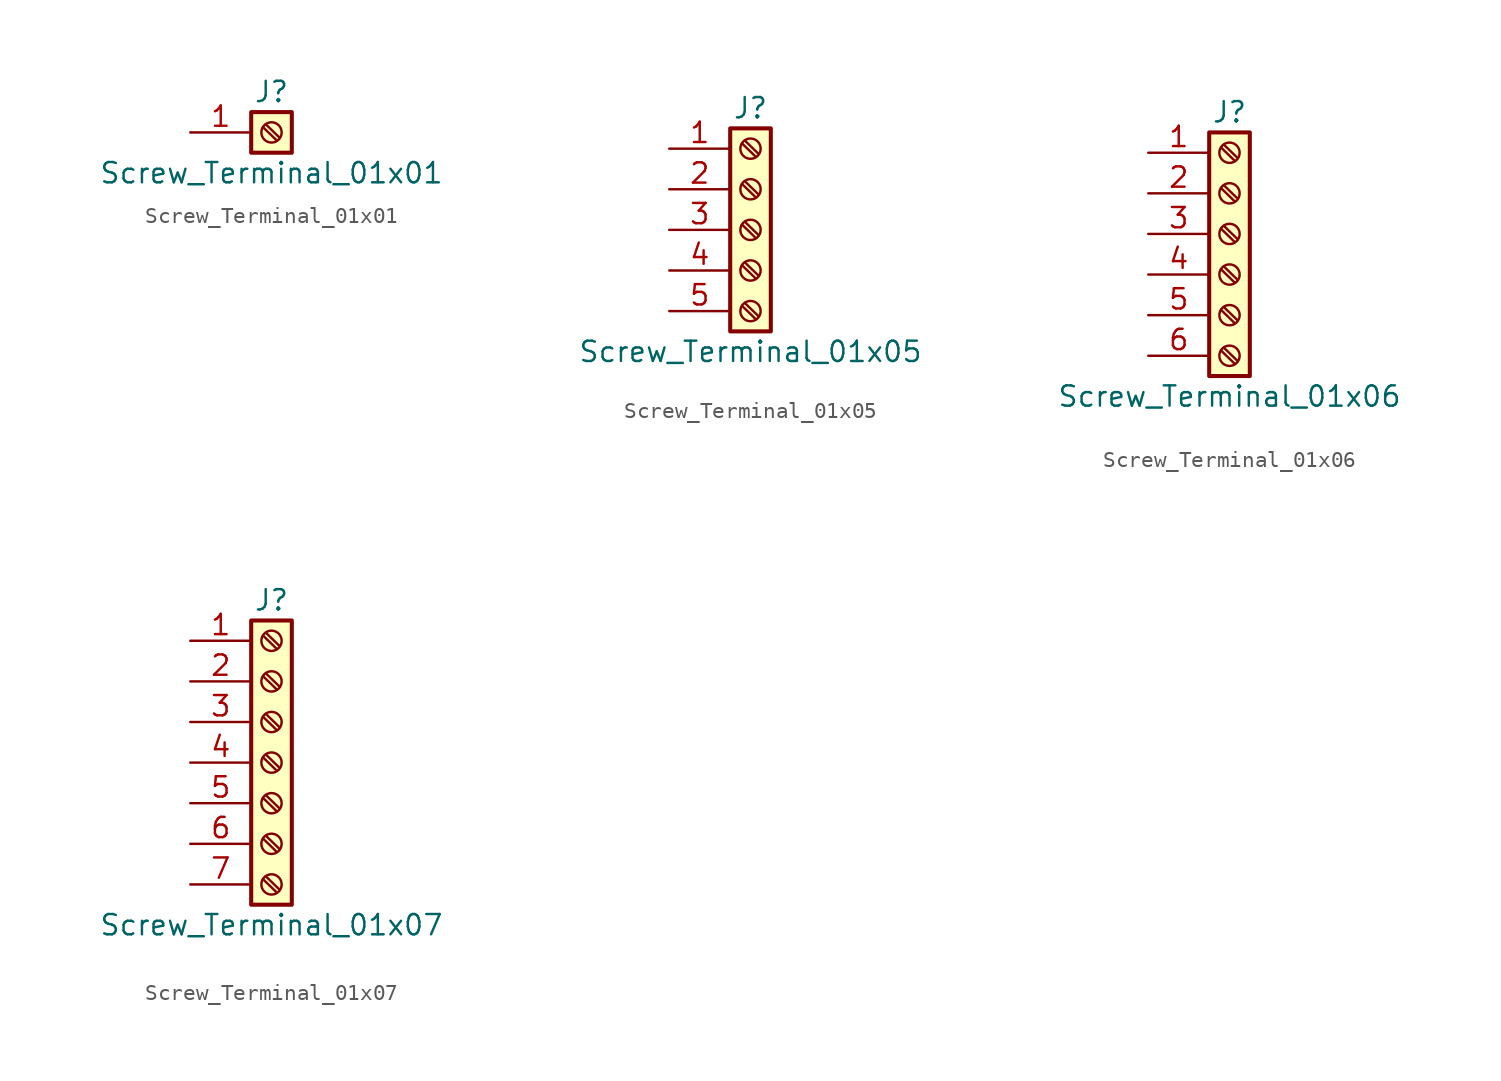
<source format=kicad_sym>
(kicad_symbol_lib
  (version 20220914)
  (generator kicad_symbol_editor)
  (symbol "Screw_Terminal_01x01"
    (pin_names
      (offset 1.016) hide)
    (property "Reference" "J"
      (at 0 2.54 0)
      (effects (font (size 1.27 1.27))))
    (property "Value" "Screw_Terminal_01x01"
      (at 0 -2.54 0)
      (effects (font (size 1.27 1.27))))
    (symbol "Screw_Terminal_01x01_1_1"
      (rectangle (start -1.27 1.27) (end 1.27 -1.27) (stroke (width 0.254) (type solid)) (fill (type background)))
      (polyline (pts (xy -0.533 0.33) (xy 0.33 -0.508)) (stroke (width 0.152) (type solid)) (fill (type none)))
      (polyline (pts (xy -0.356 0.508) (xy 0.508 -0.33)) (stroke (width 0.152) (type solid)) (fill (type none)))
      (circle (center 0 0) (radius 0.635) (stroke (width 0.152) (type solid)) (fill (type none)))
      (pin passive line (at -5.08 0 0) (length 3.81) (name "Pin_1" (effects (font (size 1.27 1.27)))) (number "1" (effects (font (size 1.27 1.27)))))))
  (symbol "Screw_Terminal_01x05"
    (pin_names
      (offset 1.016) hide)
    (property "Reference" "J"
      (at 0 7.62 0)
      (effects (font (size 1.27 1.27))))
    (property "Value" "Screw_Terminal_01x05"
      (at 0 -7.62 0)
      (effects (font (size 1.27 1.27))))
    (symbol "Screw_Terminal_01x05_1_1"
      (rectangle (start -1.27 6.35) (end 1.27 -6.35) (stroke (width 0.254) (type solid)) (fill (type background)))
      (circle (center 0 -5.08) (radius 0.635) (stroke (width 0.152) (type solid)) (fill (type none)))
      (circle (center 0 -2.54) (radius 0.635) (stroke (width 0.152) (type solid)) (fill (type none)))
      (polyline (pts (xy -0.533 -4.75) (xy 0.33 -5.588)) (stroke (width 0.152) (type solid)) (fill (type none)))
      (polyline (pts (xy -0.533 -2.21) (xy 0.33 -3.048)) (stroke (width 0.152) (type solid)) (fill (type none)))
      (polyline (pts (xy -0.533 0.33) (xy 0.33 -0.508)) (stroke (width 0.152) (type solid)) (fill (type none)))
      (polyline (pts (xy -0.533 2.87) (xy 0.33 2.032)) (stroke (width 0.152) (type solid)) (fill (type none)))
      (polyline (pts (xy -0.533 5.41) (xy 0.33 4.572)) (stroke (width 0.152) (type solid)) (fill (type none)))
      (polyline (pts (xy -0.356 -4.572) (xy 0.508 -5.41)) (stroke (width 0.152) (type solid)) (fill (type none)))
      (polyline (pts (xy -0.356 -2.032) (xy 0.508 -2.87)) (stroke (width 0.152) (type solid)) (fill (type none)))
      (polyline (pts (xy -0.356 0.508) (xy 0.508 -0.33)) (stroke (width 0.152) (type solid)) (fill (type none)))
      (polyline (pts (xy -0.356 3.048) (xy 0.508 2.21)) (stroke (width 0.152) (type solid)) (fill (type none)))
      (polyline (pts (xy -0.356 5.588) (xy 0.508 4.75)) (stroke (width 0.152) (type solid)) (fill (type none)))
      (circle (center 0 0) (radius 0.635) (stroke (width 0.152) (type solid)) (fill (type none)))
      (circle (center 0 2.54) (radius 0.635) (stroke (width 0.152) (type solid)) (fill (type none)))
      (circle (center 0 5.08) (radius 0.635) (stroke (width 0.152) (type solid)) (fill (type none)))
      (pin passive line (at -5.08 5.08 0) (length 3.81) (name "Pin_1" (effects (font (size 1.27 1.27)))) (number "1" (effects (font (size 1.27 1.27)))))
      (pin passive line (at -5.08 2.54 0) (length 3.81) (name "Pin_2" (effects (font (size 1.27 1.27)))) (number "2" (effects (font (size 1.27 1.27)))))
      (pin passive line (at -5.08 0 0) (length 3.81) (name "Pin_3" (effects (font (size 1.27 1.27)))) (number "3" (effects (font (size 1.27 1.27)))))
      (pin passive line (at -5.08 -2.54 0) (length 3.81) (name "Pin_4" (effects (font (size 1.27 1.27)))) (number "4" (effects (font (size 1.27 1.27)))))
      (pin passive line (at -5.08 -5.08 0) (length 3.81) (name "Pin_5" (effects (font (size 1.27 1.27)))) (number "5" (effects (font (size 1.27 1.27)))))))
  (symbol "Screw_Terminal_01x06"
    (pin_names
      (offset 1.016) hide)
    (property "Reference" "J"
      (at 0 7.62 0)
      (effects (font (size 1.27 1.27))))
    (property "Value" "Screw_Terminal_01x06"
      (at 0 -10.16 0)
      (effects (font (size 1.27 1.27))))
    (symbol "Screw_Terminal_01x06_1_1"
      (rectangle (start -1.27 6.35) (end 1.27 -8.89) (stroke (width 0.254) (type solid)) (fill (type background)))
      (circle (center 0 -7.62) (radius 0.635) (stroke (width 0.152) (type solid)) (fill (type none)))
      (circle (center 0 -5.08) (radius 0.635) (stroke (width 0.152) (type solid)) (fill (type none)))
      (circle (center 0 -2.54) (radius 0.635) (stroke (width 0.152) (type solid)) (fill (type none)))
      (polyline (pts (xy -0.533 -7.29) (xy 0.33 -8.128)) (stroke (width 0.152) (type solid)) (fill (type none)))
      (polyline (pts (xy -0.533 -4.75) (xy 0.33 -5.588)) (stroke (width 0.152) (type solid)) (fill (type none)))
      (polyline (pts (xy -0.533 -2.21) (xy 0.33 -3.048)) (stroke (width 0.152) (type solid)) (fill (type none)))
      (polyline (pts (xy -0.533 0.33) (xy 0.33 -0.508)) (stroke (width 0.152) (type solid)) (fill (type none)))
      (polyline (pts (xy -0.533 2.87) (xy 0.33 2.032)) (stroke (width 0.152) (type solid)) (fill (type none)))
      (polyline (pts (xy -0.533 5.41) (xy 0.33 4.572)) (stroke (width 0.152) (type solid)) (fill (type none)))
      (polyline (pts (xy -0.356 -7.112) (xy 0.508 -7.95)) (stroke (width 0.152) (type solid)) (fill (type none)))
      (polyline (pts (xy -0.356 -4.572) (xy 0.508 -5.41)) (stroke (width 0.152) (type solid)) (fill (type none)))
      (polyline (pts (xy -0.356 -2.032) (xy 0.508 -2.87)) (stroke (width 0.152) (type solid)) (fill (type none)))
      (polyline (pts (xy -0.356 0.508) (xy 0.508 -0.33)) (stroke (width 0.152) (type solid)) (fill (type none)))
      (polyline (pts (xy -0.356 3.048) (xy 0.508 2.21)) (stroke (width 0.152) (type solid)) (fill (type none)))
      (polyline (pts (xy -0.356 5.588) (xy 0.508 4.75)) (stroke (width 0.152) (type solid)) (fill (type none)))
      (circle (center 0 0) (radius 0.635) (stroke (width 0.152) (type solid)) (fill (type none)))
      (circle (center 0 2.54) (radius 0.635) (stroke (width 0.152) (type solid)) (fill (type none)))
      (circle (center 0 5.08) (radius 0.635) (stroke (width 0.152) (type solid)) (fill (type none)))
      (pin passive line (at -5.08 5.08 0) (length 3.81) (name "Pin_1" (effects (font (size 1.27 1.27)))) (number "1" (effects (font (size 1.27 1.27)))))
      (pin passive line (at -5.08 2.54 0) (length 3.81) (name "Pin_2" (effects (font (size 1.27 1.27)))) (number "2" (effects (font (size 1.27 1.27)))))
      (pin passive line (at -5.08 0 0) (length 3.81) (name "Pin_3" (effects (font (size 1.27 1.27)))) (number "3" (effects (font (size 1.27 1.27)))))
      (pin passive line (at -5.08 -2.54 0) (length 3.81) (name "Pin_4" (effects (font (size 1.27 1.27)))) (number "4" (effects (font (size 1.27 1.27)))))
      (pin passive line (at -5.08 -5.08 0) (length 3.81) (name "Pin_5" (effects (font (size 1.27 1.27)))) (number "5" (effects (font (size 1.27 1.27)))))
      (pin passive line (at -5.08 -7.62 0) (length 3.81) (name "Pin_6" (effects (font (size 1.27 1.27)))) (number "6" (effects (font (size 1.27 1.27)))))))
  (symbol "Screw_Terminal_01x07"
    (pin_names
      (offset 1.016) hide)
    (property "Reference" "J"
      (at 0 10.16 0)
      (effects (font (size 1.27 1.27))))
    (property "Value" "Screw_Terminal_01x07"
      (at 0 -10.16 0)
      (effects (font (size 1.27 1.27))))
    (symbol "Screw_Terminal_01x07_1_1"
      (rectangle (start -1.27 8.89) (end 1.27 -8.89) (stroke (width 0.254) (type solid)) (fill (type background)))
      (circle (center 0 -7.62) (radius 0.635) (stroke (width 0.152) (type solid)) (fill (type none)))
      (circle (center 0 -5.08) (radius 0.635) (stroke (width 0.152) (type solid)) (fill (type none)))
      (circle (center 0 -2.54) (radius 0.635) (stroke (width 0.152) (type solid)) (fill (type none)))
      (polyline (pts (xy -0.533 -7.29) (xy 0.33 -8.128)) (stroke (width 0.152) (type solid)) (fill (type none)))
      (polyline (pts (xy -0.533 -4.75) (xy 0.33 -5.588)) (stroke (width 0.152) (type solid)) (fill (type none)))
      (polyline (pts (xy -0.533 -2.21) (xy 0.33 -3.048)) (stroke (width 0.152) (type solid)) (fill (type none)))
      (polyline (pts (xy -0.533 0.33) (xy 0.33 -0.508)) (stroke (width 0.152) (type solid)) (fill (type none)))
      (polyline (pts (xy -0.533 2.87) (xy 0.33 2.032)) (stroke (width 0.152) (type solid)) (fill (type none)))
      (polyline (pts (xy -0.533 5.41) (xy 0.33 4.572)) (stroke (width 0.152) (type solid)) (fill (type none)))
      (polyline (pts (xy -0.533 7.95) (xy 0.33 7.112)) (stroke (width 0.152) (type solid)) (fill (type none)))
      (polyline (pts (xy -0.356 -7.112) (xy 0.508 -7.95)) (stroke (width 0.152) (type solid)) (fill (type none)))
      (polyline (pts (xy -0.356 -4.572) (xy 0.508 -5.41)) (stroke (width 0.152) (type solid)) (fill (type none)))
      (polyline (pts (xy -0.356 -2.032) (xy 0.508 -2.87)) (stroke (width 0.152) (type solid)) (fill (type none)))
      (polyline (pts (xy -0.356 0.508) (xy 0.508 -0.33)) (stroke (width 0.152) (type solid)) (fill (type none)))
      (polyline (pts (xy -0.356 3.048) (xy 0.508 2.21)) (stroke (width 0.152) (type solid)) (fill (type none)))
      (polyline (pts (xy -0.356 5.588) (xy 0.508 4.75)) (stroke (width 0.152) (type solid)) (fill (type none)))
      (polyline (pts (xy -0.356 8.128) (xy 0.508 7.29)) (stroke (width 0.152) (type solid)) (fill (type none)))
      (circle (center 0 0) (radius 0.635) (stroke (width 0.152) (type solid)) (fill (type none)))
      (circle (center 0 2.54) (radius 0.635) (stroke (width 0.152) (type solid)) (fill (type none)))
      (circle (center 0 5.08) (radius 0.635) (stroke (width 0.152) (type solid)) (fill (type none)))
      (circle (center 0 7.62) (radius 0.635) (stroke (width 0.152) (type solid)) (fill (type none)))
      (pin passive line (at -5.08 7.62 0) (length 3.81) (name "Pin_1" (effects (font (size 1.27 1.27)))) (number "1" (effects (font (size 1.27 1.27)))))
      (pin passive line (at -5.08 5.08 0) (length 3.81) (name "Pin_2" (effects (font (size 1.27 1.27)))) (number "2" (effects (font (size 1.27 1.27)))))
      (pin passive line (at -5.08 2.54 0) (length 3.81) (name "Pin_3" (effects (font (size 1.27 1.27)))) (number "3" (effects (font (size 1.27 1.27)))))
      (pin passive line (at -5.08 0 0) (length 3.81) (name "Pin_4" (effects (font (size 1.27 1.27)))) (number "4" (effects (font (size 1.27 1.27)))))
      (pin passive line (at -5.08 -2.54 0) (length 3.81) (name "Pin_5" (effects (font (size 1.27 1.27)))) (number "5" (effects (font (size 1.27 1.27)))))
      (pin passive line (at -5.08 -5.08 0) (length 3.81) (name "Pin_6" (effects (font (size 1.27 1.27)))) (number "6" (effects (font (size 1.27 1.27)))))
      (pin passive line (at -5.08 -7.62 0) (length 3.81) (name "Pin_7" (effects (font (size 1.27 1.27)))) (number "7" (effects (font (size 1.27 1.27))))))))
</source>
